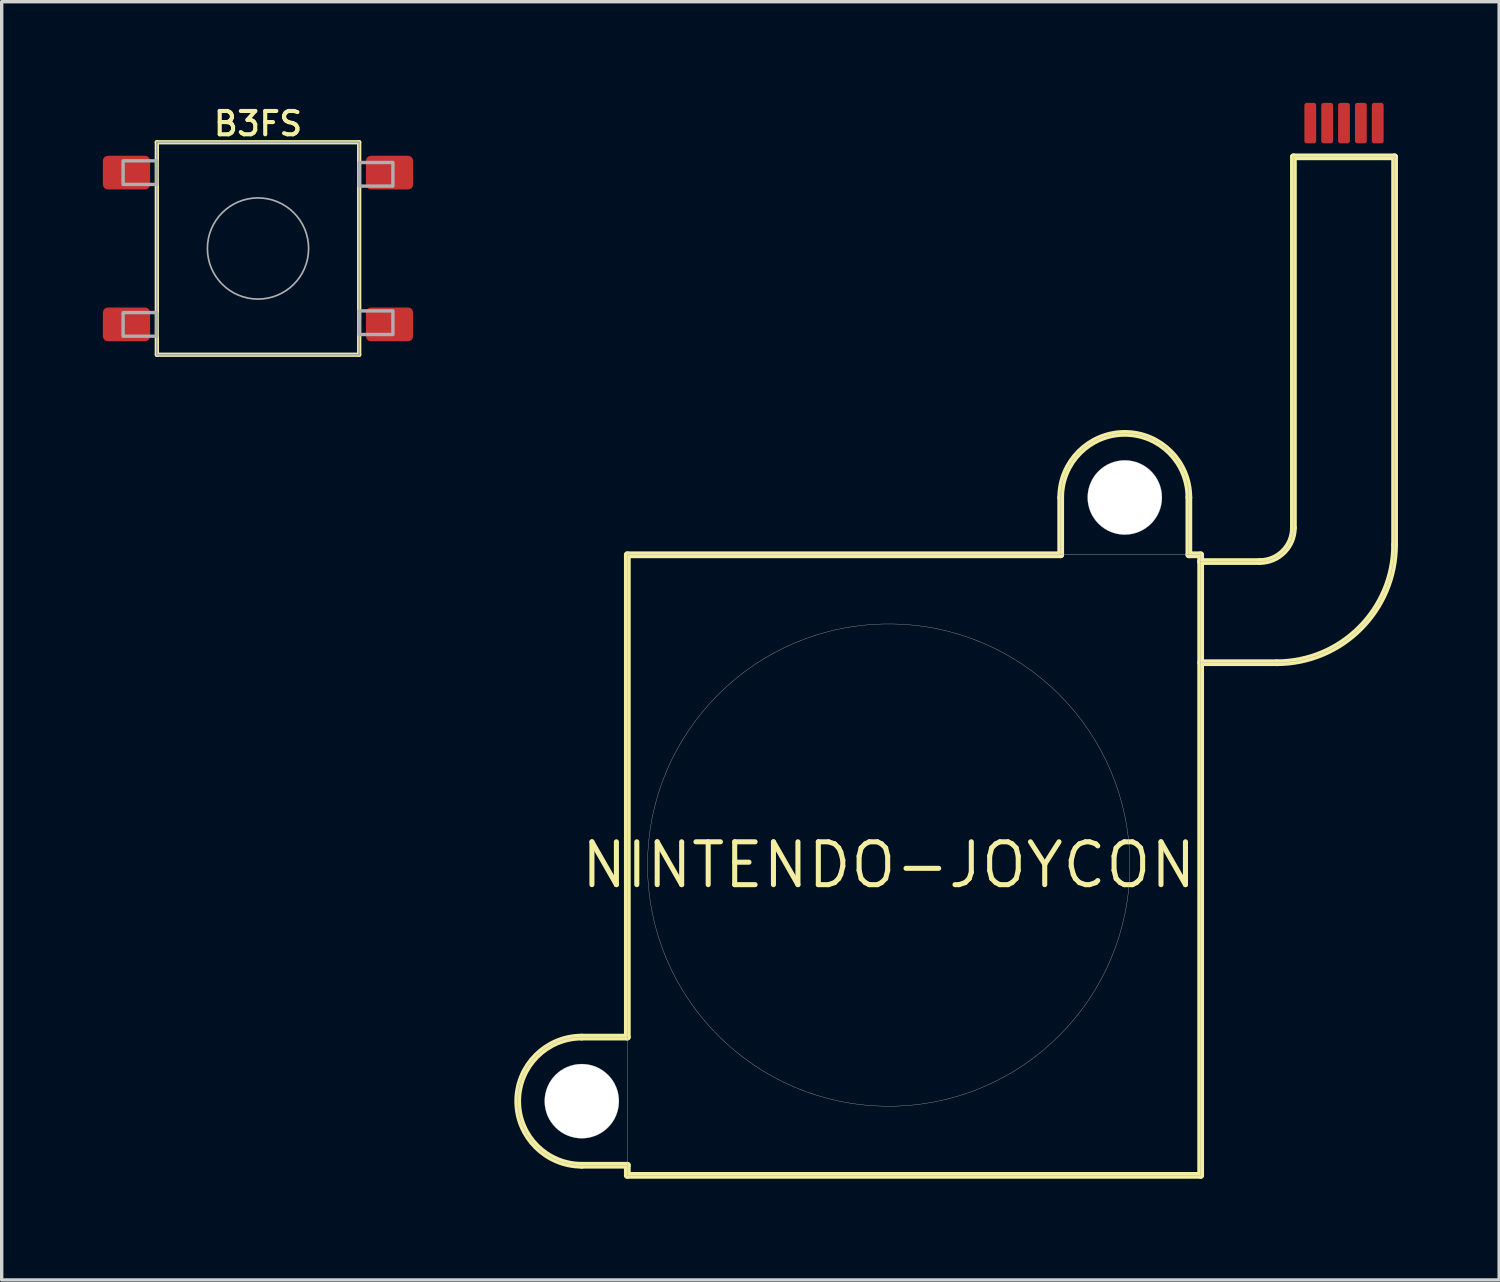
<source format=kicad_pcb>
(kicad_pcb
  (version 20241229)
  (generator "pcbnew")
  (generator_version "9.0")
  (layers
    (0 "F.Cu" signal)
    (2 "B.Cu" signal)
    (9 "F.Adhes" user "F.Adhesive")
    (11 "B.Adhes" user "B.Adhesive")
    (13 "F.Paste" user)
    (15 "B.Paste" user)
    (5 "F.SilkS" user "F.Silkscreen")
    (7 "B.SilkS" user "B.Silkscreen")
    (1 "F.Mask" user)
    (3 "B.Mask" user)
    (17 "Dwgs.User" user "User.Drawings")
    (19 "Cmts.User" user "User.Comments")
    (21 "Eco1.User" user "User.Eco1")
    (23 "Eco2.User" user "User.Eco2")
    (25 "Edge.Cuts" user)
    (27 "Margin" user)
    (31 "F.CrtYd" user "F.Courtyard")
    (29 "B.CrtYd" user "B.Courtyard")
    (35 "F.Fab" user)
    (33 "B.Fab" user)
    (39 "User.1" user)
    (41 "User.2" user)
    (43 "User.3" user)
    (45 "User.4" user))
  (footprint "B3FS"
    (layer "F.Cu")
    (at 4.6 4.318)
    (property "Reference" "B3FS" (at 0 -3.7 0) (layer "F.SilkS") (effects (font (size 0.691 0.691) (thickness 0.122))))
    (fp_line (start -3 -3.15) (end 3 -3.15) (stroke (width 0.127) (type solid)) (layer "F.SilkS"))
    (fp_line (start -3 3.15) (end -3 -3.15) (stroke (width 0.127) (type solid)) (layer "F.SilkS"))
    (fp_line (start 3 -3.15) (end 3 3.15) (stroke (width 0.127) (type solid)) (layer "F.SilkS"))
    (fp_line (start 3 3.15) (end -3 3.15) (stroke (width 0.127) (type solid)) (layer "F.SilkS"))
    (fp_line (start -3 -3.15) (end 3 -3.15) (stroke (width 0.05) (type solid)) (layer "F.Fab"))
    (fp_line (start -3 3.15) (end -3 -3.15) (stroke (width 0.05) (type solid)) (layer "F.Fab"))
    (fp_line (start 3 -3.15) (end 3 3.15) (stroke (width 0.05) (type solid)) (layer "F.Fab"))
    (fp_line (start 3 3.15) (end -3 3.15) (stroke (width 0.05) (type solid)) (layer "F.Fab"))
    (fp_circle (center 0 0) (end 1.5 0) (stroke (width 0.05) (type solid)) (fill no) (layer "F.Fab"))
    (fp_poly (pts (xy -4 -1.9) (xy -3 -1.9) (xy -3 -2.6) (xy -4 -2.6)) (stroke (width 0.1) (type solid)) (fill no) (layer "F.Fab"))
    (fp_poly (pts (xy -4 2.6) (xy -3 2.6) (xy -3 1.9) (xy -4 1.9)) (stroke (width 0.1) (type solid)) (fill no) (layer "F.Fab"))
    (fp_poly (pts (xy 3 -1.85) (xy 4 -1.85) (xy 4 -2.55) (xy 3 -2.55)) (stroke (width 0.1) (type solid)) (fill no) (layer "F.Fab"))
    (fp_poly (pts (xy 3 2.55) (xy 4 2.55) (xy 4 1.85) (xy 3 1.85)) (stroke (width 0.1) (type solid)) (fill no) (layer "F.Fab"))
    (pad "1" smd roundrect (at 3.9 2.25 90) (size 1 1.4) (layers "F.Cu" "F.Mask" "F.Paste") (roundrect_rratio 0.15))
    (pad "2" smd roundrect (at -3.9 2.25 90) (size 1 1.4) (layers "F.Cu" "F.Mask" "F.Paste") (roundrect_rratio 0.15))
    (pad "3" smd roundrect (at 3.9 -2.25 90) (size 1 1.4) (layers "F.Cu" "F.Mask" "F.Paste") (roundrect_rratio 0.15))
    (pad "4" smd roundrect (at -3.9 -2.25 90) (size 1 1.4) (layers "F.Cu" "F.Mask" "F.Paste") (roundrect_rratio 0.15)))
  (footprint "NINTENDO-JOYCON"
    (layer "F.Cu")
    (at 23.3 22.6)
    (property "Reference" "NINTENDO-JOYCON" (at 0 0 0) (layer "F.SilkS") (effects (font (size 1.27 1.27) (thickness 0.15))))
    (fp_line (start -9.1 5.1) (end -7.75 5.1) (stroke (width 0.2) (type solid)) (layer "F.SilkS"))
    (fp_line (start -7.75 -9.2) (end -7.75 5.1) (stroke (width 0.2) (type solid)) (layer "F.SilkS"))
    (fp_line (start -7.75 8.9) (end -9.1 8.9) (stroke (width 0.2) (type solid)) (layer "F.SilkS"))
    (fp_line (start -7.75 8.9) (end -7.75 9.2) (stroke (width 0.2) (type solid)) (layer "F.SilkS"))
    (fp_line (start -7.75 9.2) (end 9.25 9.2) (stroke (width 0.2) (type solid)) (layer "F.SilkS"))
    (fp_line (start 5.1 -10.9) (end 5.1 -9.2) (stroke (width 0.2) (type solid)) (layer "F.SilkS"))
    (fp_line (start 5.1 -9.2) (end -7.75 -9.2) (stroke (width 0.2) (type solid)) (layer "F.SilkS"))
    (fp_line (start 8.9 -9.2) (end 8.9 -10.9) (stroke (width 0.2) (type solid)) (layer "F.SilkS"))
    (fp_line (start 9.25 -9.2) (end 8.9 -9.2) (stroke (width 0.2) (type solid)) (layer "F.SilkS"))
    (fp_line (start 9.25 -9) (end 9.25 -9.2) (stroke (width 0.2) (type solid)) (layer "F.SilkS"))
    (fp_line (start 9.25 -9) (end 11 -9) (stroke (width 0.2) (type solid)) (layer "F.SilkS"))
    (fp_line (start 9.25 -6) (end 11.5 -6) (stroke (width 0.2) (type solid)) (layer "F.SilkS"))
    (fp_line (start 9.25 9.2) (end 9.25 -9) (stroke (width 0.2) (type solid)) (layer "F.SilkS"))
    (fp_line (start 12 -21) (end 15 -21) (stroke (width 0.2) (type solid)) (layer "F.SilkS"))
    (fp_line (start 12 -10) (end 12 -21) (stroke (width 0.2) (type solid)) (layer "F.SilkS"))
    (fp_line (start 15 -9.5) (end 15 -21) (stroke (width 0.2) (type solid)) (layer "F.SilkS"))
    (fp_arc (start -9.1 8.9) (mid -11 7) (end -9.1 5.1) (stroke (width 0.2) (type solid)) (layer "F.SilkS"))
    (fp_arc (start 5.1 -10.9) (mid 7 -12.8) (end 8.9 -10.9) (stroke (width 0.2) (type solid)) (layer "F.SilkS"))
    (fp_arc (start 12 -10) (mid 11.707107 -9.292893) (end 11 -9) (stroke (width 0.2) (type solid)) (layer "F.SilkS"))
    (fp_arc (start 15 -9.5) (mid 13.974874 -7.025126) (end 11.5 -6) (stroke (width 0.2) (type solid)) (layer "F.SilkS"))
    (fp_line (start -9.1 5.1) (end -7.75 5.1) (stroke (width 0.01) (type solid)) (layer "F.Fab"))
    (fp_line (start -7.75 -9.2) (end -7.75 5.1) (stroke (width 0.01) (type solid)) (layer "F.Fab"))
    (fp_line (start -7.75 5.1) (end -7.75 8.9) (stroke (width 0.01) (type solid)) (layer "F.Fab"))
    (fp_line (start -7.75 8.9) (end -9.1 8.9) (stroke (width 0.01) (type solid)) (layer "F.Fab"))
    (fp_line (start -7.75 8.9) (end -7.75 9.2) (stroke (width 0.01) (type solid)) (layer "F.Fab"))
    (fp_line (start -7.75 9.2) (end 9.25 9.2) (stroke (width 0.01) (type solid)) (layer "F.Fab"))
    (fp_line (start 5.1 -10.9) (end 5.1 -9.2) (stroke (width 0.01) (type solid)) (layer "F.Fab"))
    (fp_line (start 5.1 -9.2) (end -7.75 -9.2) (stroke (width 0.01) (type solid)) (layer "F.Fab"))
    (fp_line (start 8.9 -9.2) (end 5.1 -9.2) (stroke (width 0.01) (type solid)) (layer "F.Fab"))
    (fp_line (start 8.9 -9.2) (end 8.9 -10.9) (stroke (width 0.01) (type solid)) (layer "F.Fab"))
    (fp_line (start 9.25 -9.2) (end 8.9 -9.2) (stroke (width 0.01) (type solid)) (layer "F.Fab"))
    (fp_line (start 9.25 -9) (end 9.25 -9.2) (stroke (width 0.01) (type solid)) (layer "F.Fab"))
    (fp_line (start 9.25 -9) (end 11 -9) (stroke (width 0.01) (type solid)) (layer "F.Fab"))
    (fp_line (start 9.25 -6) (end 9.25 -9) (stroke (width 0.01) (type solid)) (layer "F.Fab"))
    (fp_line (start 9.25 -6) (end 11.5 -6) (stroke (width 0.01) (type solid)) (layer "F.Fab"))
    (fp_line (start 9.25 9.2) (end 9.25 -6) (stroke (width 0.01) (type solid)) (layer "F.Fab"))
    (fp_line (start 12 -21) (end 15 -21) (stroke (width 0.01) (type solid)) (layer "F.Fab"))
    (fp_line (start 12 -10) (end 12 -21) (stroke (width 0.01) (type solid)) (layer "F.Fab"))
    (fp_line (start 15 -9.5) (end 15 -21) (stroke (width 0.01) (type solid)) (layer "F.Fab"))
    (fp_arc (start -9.1 8.9) (mid -11 7) (end -9.1 5.1) (stroke (width 0.01) (type solid)) (layer "F.Fab"))
    (fp_arc (start 5.1 -10.9) (mid 7 -12.8) (end 8.9 -10.9) (stroke (width 0.01) (type solid)) (layer "F.Fab"))
    (fp_arc (start 12 -10) (mid 11.707107 -9.292893) (end 11 -9) (stroke (width 0.01) (type solid)) (layer "F.Fab"))
    (fp_arc (start 15 -9.5) (mid 13.974874 -7.025126) (end 11.5 -6) (stroke (width 0.01) (type solid)) (layer "F.Fab"))
    (fp_circle (center -9.1 7) (end -8 7) (stroke (width 0.01) (type solid)) (fill no) (layer "F.Fab"))
    (fp_circle (center 0 0) (end 7.15 0) (stroke (width 0.01) (type solid)) (fill no) (layer "F.Fab"))
    (fp_circle (center 7 -10.9) (end 8.1 -10.9) (stroke (width 0.01) (type solid)) (fill no) (layer "F.Fab"))
    (pad "" np_thru_hole circle (at -9.1 7) (size 2.2 2.2) (drill 2.2) (layers "*.Cu" "*.Mask"))
    (pad "" np_thru_hole circle (at 7 -10.9) (size 2.2 2.2) (drill 2.2) (layers "*.Cu" "*.Mask"))
    (pad "1" smd roundrect (at 12.5 -22 90) (size 1.2 0.35) (layers "F.Cu" "F.Mask" "F.Paste") (roundrect_rratio 0.2))
    (pad "2" smd roundrect (at 13 -22 90) (size 1.2 0.35) (layers "F.Cu" "F.Mask" "F.Paste") (roundrect_rratio 0.2))
    (pad "3" smd roundrect (at 13.5 -22 90) (size 1.2 0.35) (layers "F.Cu" "F.Mask" "F.Paste") (roundrect_rratio 0.2))
    (pad "4" smd roundrect (at 14 -22 90) (size 1.2 0.35) (layers "F.Cu" "F.Mask" "F.Paste") (roundrect_rratio 0.2))
    (pad "5" smd roundrect (at 14.5 -22 90) (size 1.2 0.35) (layers "F.Cu" "F.Mask" "F.Paste") (roundrect_rratio 0.2)))
  (gr_rect
    (start -3 -3)
    (end 41.4 34.9)
    (stroke (width 0.1) (type default))
    (fill no)
    (layer "Edge.Cuts")))
</source>
